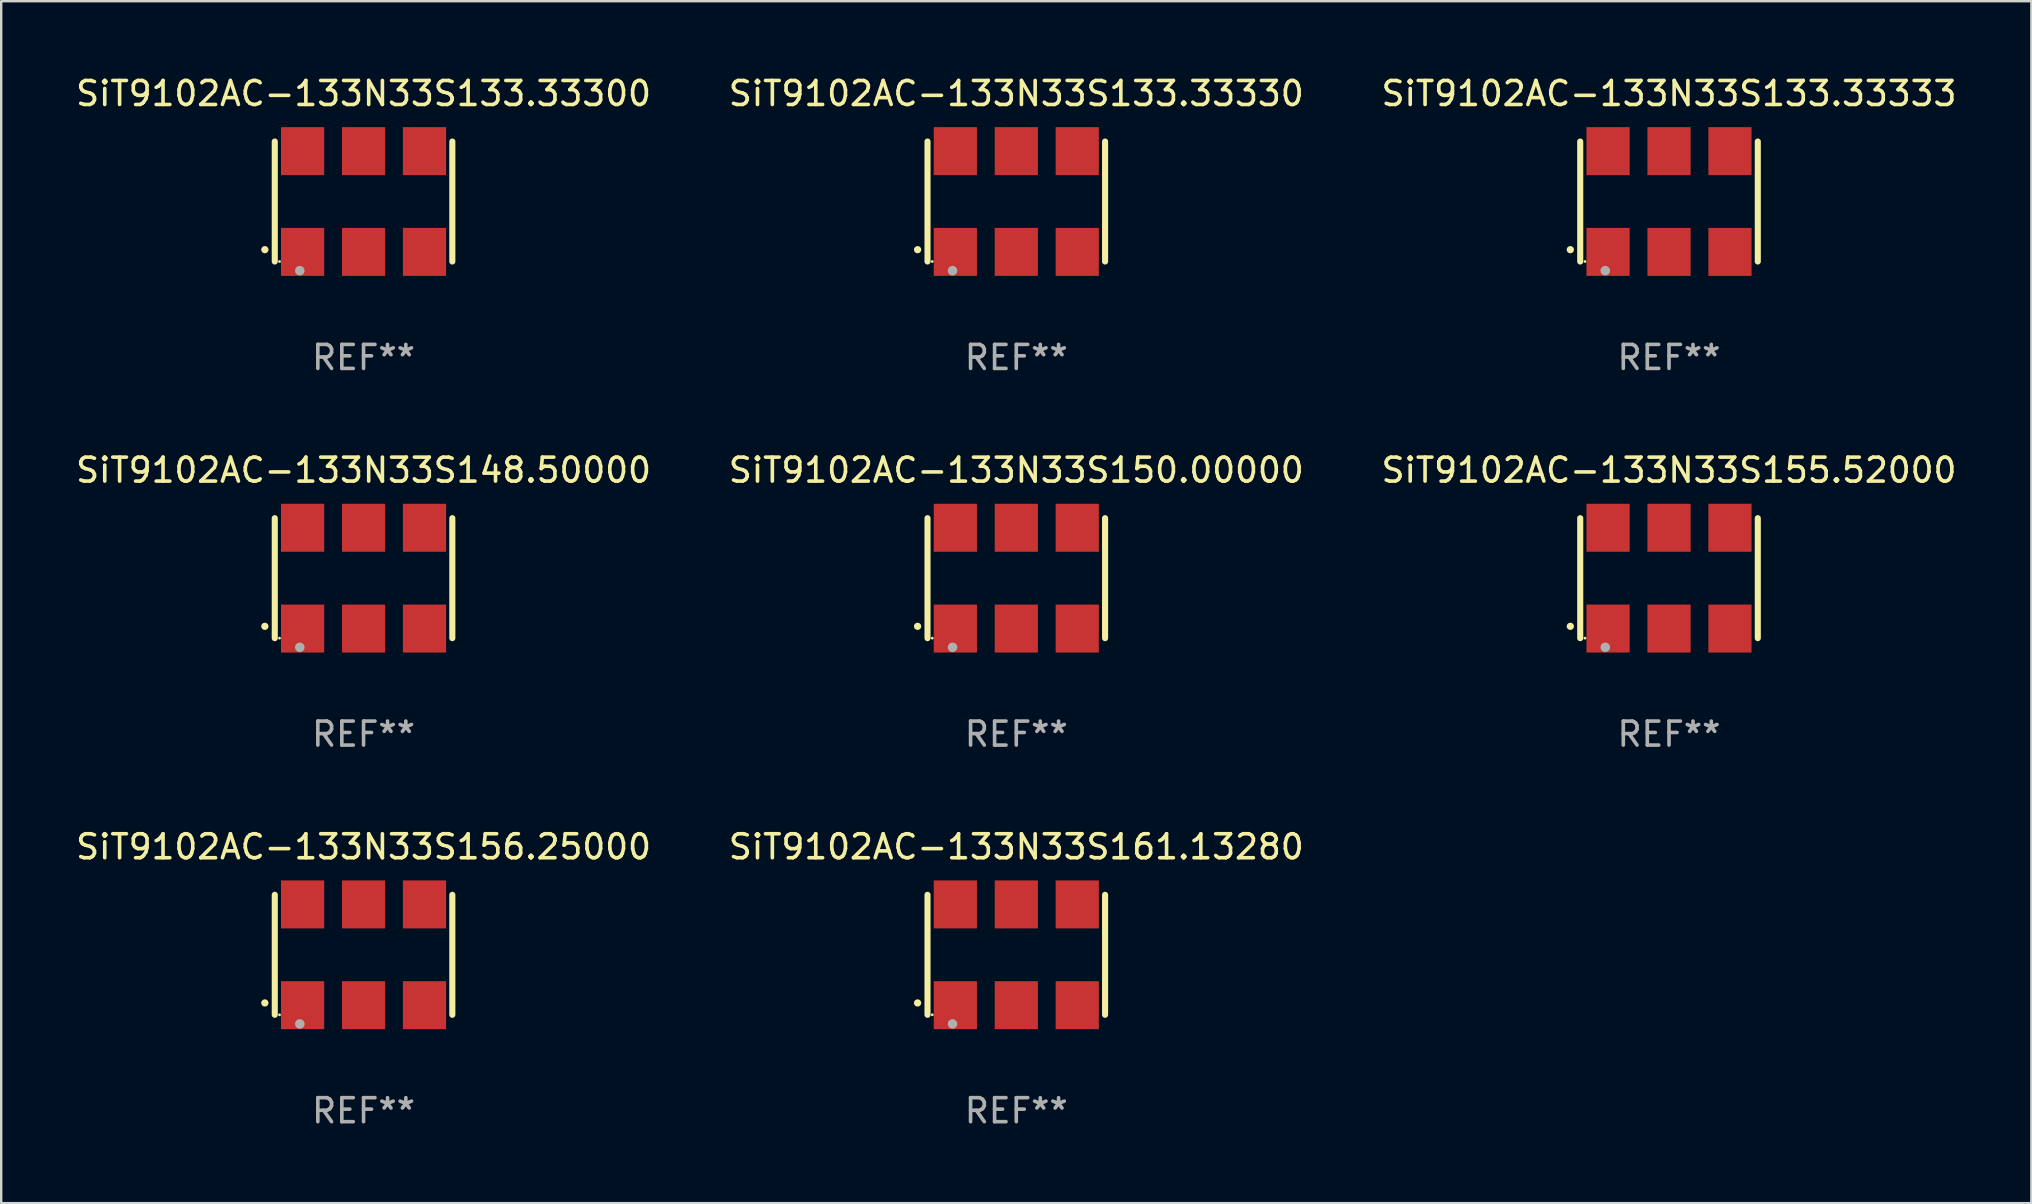
<source format=kicad_pcb>
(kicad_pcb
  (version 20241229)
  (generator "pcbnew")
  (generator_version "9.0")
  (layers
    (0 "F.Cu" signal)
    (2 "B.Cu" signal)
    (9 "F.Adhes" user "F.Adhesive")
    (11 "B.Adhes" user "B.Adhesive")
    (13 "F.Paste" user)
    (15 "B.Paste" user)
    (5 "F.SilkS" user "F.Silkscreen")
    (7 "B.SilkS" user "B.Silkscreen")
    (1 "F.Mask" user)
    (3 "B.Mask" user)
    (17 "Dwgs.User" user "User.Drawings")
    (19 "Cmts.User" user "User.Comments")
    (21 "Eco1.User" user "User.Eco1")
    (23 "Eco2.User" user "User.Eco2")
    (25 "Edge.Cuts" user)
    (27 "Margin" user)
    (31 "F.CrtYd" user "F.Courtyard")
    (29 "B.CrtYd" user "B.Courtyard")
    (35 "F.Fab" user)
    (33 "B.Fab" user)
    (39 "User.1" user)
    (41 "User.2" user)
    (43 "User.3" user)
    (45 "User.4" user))
  (footprint "SiT9102AC-133N33S148.50000"
    (layer "F.Cu")
    (at 12.101 21.045)
    (property "Reference" "SiT9102AC-133N33S148.50000" (at 0 -4.5 0) (layer "F.SilkS") (effects (font (size 1 1) (thickness 0.15))))
    (attr through_hole)
    (fp_line (start -3.7 -2.5) (end -3.7 2.5) (stroke (width 0.254) (type solid)) (layer "F.SilkS"))
    (fp_line (start 3.7 -2.5) (end 3.7 2.5) (stroke (width 0.254) (type solid)) (layer "F.SilkS"))
    (fp_arc (start -4.114415 2.006604) (mid -4.113145 2.006599) (end -4.111875 2.006604) (stroke (width 0.3) (type solid)) (layer "F.SilkS"))
    (fp_circle (center -3.502 2.5) (end -3.472 2.5) (stroke (width 0.06) (type solid)) (fill no) (layer "F.SilkS"))
    (fp_circle (center -2.657 2.882) (end -2.557 2.882) (stroke (width 0.2) (type solid)) (fill no) (layer "F.Fab"))
    (fp_text user "REF**" (at 0 6.5 0) (layer "F.Fab") (effects (font (size 1 1) (thickness 0.15))))
    (pad "1" smd rect (at -2.54 2.1) (size 1.8 2) (layers "F.Cu" "F.Mask" "F.Paste"))
    (pad "2" smd rect (at 0.000394 2.1) (size 1.8 2) (layers "F.Cu" "F.Mask" "F.Paste"))
    (pad "3" smd rect (at 2.54 2.1) (size 1.8 2) (layers "F.Cu" "F.Mask" "F.Paste"))
    (pad "4" smd rect (at 2.54 -2.1) (size 1.8 2) (layers "F.Cu" "F.Mask" "F.Paste"))
    (pad "5" smd rect (at 0.000394 -2.1) (size 1.8 2) (layers "F.Cu" "F.Mask" "F.Paste"))
    (pad "6" smd rect (at -2.54 -2.1) (size 1.8 2) (layers "F.Cu" "F.Mask" "F.Paste")))
  (footprint "SiT9102AC-133N33S133.33300"
    (layer "F.Cu")
    (at 12.101 5.348)
    (property "Reference" "SiT9102AC-133N33S133.33300" (at 0 -4.5 0) (layer "F.SilkS") (effects (font (size 1 1) (thickness 0.15))))
    (attr through_hole)
    (fp_line (start -3.7 -2.5) (end -3.7 2.5) (stroke (width 0.254) (type solid)) (layer "F.SilkS"))
    (fp_line (start 3.7 -2.5) (end 3.7 2.5) (stroke (width 0.254) (type solid)) (layer "F.SilkS"))
    (fp_arc (start -4.114415 2.006604) (mid -4.113145 2.006599) (end -4.111875 2.006604) (stroke (width 0.3) (type solid)) (layer "F.SilkS"))
    (fp_circle (center -3.502 2.5) (end -3.472 2.5) (stroke (width 0.06) (type solid)) (fill no) (layer "F.SilkS"))
    (fp_circle (center -2.657 2.882) (end -2.557 2.882) (stroke (width 0.2) (type solid)) (fill no) (layer "F.Fab"))
    (fp_text user "REF**" (at 0 6.5 0) (layer "F.Fab") (effects (font (size 1 1) (thickness 0.15))))
    (pad "1" smd rect (at -2.54 2.1) (size 1.8 2) (layers "F.Cu" "F.Mask" "F.Paste"))
    (pad "2" smd rect (at 0.000394 2.1) (size 1.8 2) (layers "F.Cu" "F.Mask" "F.Paste"))
    (pad "3" smd rect (at 2.54 2.1) (size 1.8 2) (layers "F.Cu" "F.Mask" "F.Paste"))
    (pad "4" smd rect (at 2.54 -2.1) (size 1.8 2) (layers "F.Cu" "F.Mask" "F.Paste"))
    (pad "5" smd rect (at 0.000394 -2.1) (size 1.8 2) (layers "F.Cu" "F.Mask" "F.Paste"))
    (pad "6" smd rect (at -2.54 -2.1) (size 1.8 2) (layers "F.Cu" "F.Mask" "F.Paste")))
  (footprint "SiT9102AC-133N33S133.33330"
    (layer "F.Cu")
    (at 39.304 5.348)
    (property "Reference" "SiT9102AC-133N33S133.33330" (at 0 -4.5 0) (layer "F.SilkS") (effects (font (size 1 1) (thickness 0.15))))
    (attr through_hole)
    (fp_line (start -3.7 -2.5) (end -3.7 2.5) (stroke (width 0.254) (type solid)) (layer "F.SilkS"))
    (fp_line (start 3.7 -2.5) (end 3.7 2.5) (stroke (width 0.254) (type solid)) (layer "F.SilkS"))
    (fp_arc (start -4.114415 2.006604) (mid -4.113145 2.006599) (end -4.111875 2.006604) (stroke (width 0.3) (type solid)) (layer "F.SilkS"))
    (fp_circle (center -3.502 2.5) (end -3.472 2.5) (stroke (width 0.06) (type solid)) (fill no) (layer "F.SilkS"))
    (fp_circle (center -2.657 2.882) (end -2.557 2.882) (stroke (width 0.2) (type solid)) (fill no) (layer "F.Fab"))
    (fp_text user "REF**" (at 0 6.5 0) (layer "F.Fab") (effects (font (size 1 1) (thickness 0.15))))
    (pad "1" smd rect (at -2.54 2.1) (size 1.8 2) (layers "F.Cu" "F.Mask" "F.Paste"))
    (pad "2" smd rect (at 0.000394 2.1) (size 1.8 2) (layers "F.Cu" "F.Mask" "F.Paste"))
    (pad "3" smd rect (at 2.54 2.1) (size 1.8 2) (layers "F.Cu" "F.Mask" "F.Paste"))
    (pad "4" smd rect (at 2.54 -2.1) (size 1.8 2) (layers "F.Cu" "F.Mask" "F.Paste"))
    (pad "5" smd rect (at 0.000394 -2.1) (size 1.8 2) (layers "F.Cu" "F.Mask" "F.Paste"))
    (pad "6" smd rect (at -2.54 -2.1) (size 1.8 2) (layers "F.Cu" "F.Mask" "F.Paste")))
  (footprint "SiT9102AC-133N33S150.00000"
    (layer "F.Cu")
    (at 39.304 21.045)
    (property "Reference" "SiT9102AC-133N33S150.00000" (at 0 -4.5 0) (layer "F.SilkS") (effects (font (size 1 1) (thickness 0.15))))
    (attr through_hole)
    (fp_line (start -3.7 -2.5) (end -3.7 2.5) (stroke (width 0.254) (type solid)) (layer "F.SilkS"))
    (fp_line (start 3.7 -2.5) (end 3.7 2.5) (stroke (width 0.254) (type solid)) (layer "F.SilkS"))
    (fp_arc (start -4.114415 2.006604) (mid -4.113145 2.006599) (end -4.111875 2.006604) (stroke (width 0.3) (type solid)) (layer "F.SilkS"))
    (fp_circle (center -3.502 2.5) (end -3.472 2.5) (stroke (width 0.06) (type solid)) (fill no) (layer "F.SilkS"))
    (fp_circle (center -2.657 2.882) (end -2.557 2.882) (stroke (width 0.2) (type solid)) (fill no) (layer "F.Fab"))
    (fp_text user "REF**" (at 0 6.5 0) (layer "F.Fab") (effects (font (size 1 1) (thickness 0.15))))
    (pad "1" smd rect (at -2.54 2.1) (size 1.8 2) (layers "F.Cu" "F.Mask" "F.Paste"))
    (pad "2" smd rect (at 0.000394 2.1) (size 1.8 2) (layers "F.Cu" "F.Mask" "F.Paste"))
    (pad "3" smd rect (at 2.54 2.1) (size 1.8 2) (layers "F.Cu" "F.Mask" "F.Paste"))
    (pad "4" smd rect (at 2.54 -2.1) (size 1.8 2) (layers "F.Cu" "F.Mask" "F.Paste"))
    (pad "5" smd rect (at 0.000394 -2.1) (size 1.8 2) (layers "F.Cu" "F.Mask" "F.Paste"))
    (pad "6" smd rect (at -2.54 -2.1) (size 1.8 2) (layers "F.Cu" "F.Mask" "F.Paste")))
  (footprint "SiT9102AC-133N33S161.13280"
    (layer "F.Cu")
    (at 39.304 36.741)
    (property "Reference" "SiT9102AC-133N33S161.13280" (at 0 -4.5 0) (layer "F.SilkS") (effects (font (size 1 1) (thickness 0.15))))
    (attr through_hole)
    (fp_line (start -3.7 -2.5) (end -3.7 2.5) (stroke (width 0.254) (type solid)) (layer "F.SilkS"))
    (fp_line (start 3.7 -2.5) (end 3.7 2.5) (stroke (width 0.254) (type solid)) (layer "F.SilkS"))
    (fp_arc (start -4.114415 2.006604) (mid -4.113145 2.006599) (end -4.111875 2.006604) (stroke (width 0.3) (type solid)) (layer "F.SilkS"))
    (fp_circle (center -3.502 2.5) (end -3.472 2.5) (stroke (width 0.06) (type solid)) (fill no) (layer "F.SilkS"))
    (fp_circle (center -2.657 2.882) (end -2.557 2.882) (stroke (width 0.2) (type solid)) (fill no) (layer "F.Fab"))
    (fp_text user "REF**" (at 0 6.5 0) (layer "F.Fab") (effects (font (size 1 1) (thickness 0.15))))
    (pad "1" smd rect (at -2.54 2.1) (size 1.8 2) (layers "F.Cu" "F.Mask" "F.Paste"))
    (pad "2" smd rect (at 0.000394 2.1) (size 1.8 2) (layers "F.Cu" "F.Mask" "F.Paste"))
    (pad "3" smd rect (at 2.54 2.1) (size 1.8 2) (layers "F.Cu" "F.Mask" "F.Paste"))
    (pad "4" smd rect (at 2.54 -2.1) (size 1.8 2) (layers "F.Cu" "F.Mask" "F.Paste"))
    (pad "5" smd rect (at 0.000394 -2.1) (size 1.8 2) (layers "F.Cu" "F.Mask" "F.Paste"))
    (pad "6" smd rect (at -2.54 -2.1) (size 1.8 2) (layers "F.Cu" "F.Mask" "F.Paste")))
  (footprint "SiT9102AC-133N33S156.25000"
    (layer "F.Cu")
    (at 12.101 36.741)
    (property "Reference" "SiT9102AC-133N33S156.25000" (at 0 -4.5 0) (layer "F.SilkS") (effects (font (size 1 1) (thickness 0.15))))
    (attr through_hole)
    (fp_line (start -3.7 -2.5) (end -3.7 2.5) (stroke (width 0.254) (type solid)) (layer "F.SilkS"))
    (fp_line (start 3.7 -2.5) (end 3.7 2.5) (stroke (width 0.254) (type solid)) (layer "F.SilkS"))
    (fp_arc (start -4.114415 2.006604) (mid -4.113145 2.006599) (end -4.111875 2.006604) (stroke (width 0.3) (type solid)) (layer "F.SilkS"))
    (fp_circle (center -3.502 2.5) (end -3.472 2.5) (stroke (width 0.06) (type solid)) (fill no) (layer "F.SilkS"))
    (fp_circle (center -2.657 2.882) (end -2.557 2.882) (stroke (width 0.2) (type solid)) (fill no) (layer "F.Fab"))
    (fp_text user "REF**" (at 0 6.5 0) (layer "F.Fab") (effects (font (size 1 1) (thickness 0.15))))
    (pad "1" smd rect (at -2.54 2.1) (size 1.8 2) (layers "F.Cu" "F.Mask" "F.Paste"))
    (pad "2" smd rect (at 0.000394 2.1) (size 1.8 2) (layers "F.Cu" "F.Mask" "F.Paste"))
    (pad "3" smd rect (at 2.54 2.1) (size 1.8 2) (layers "F.Cu" "F.Mask" "F.Paste"))
    (pad "4" smd rect (at 2.54 -2.1) (size 1.8 2) (layers "F.Cu" "F.Mask" "F.Paste"))
    (pad "5" smd rect (at 0.000394 -2.1) (size 1.8 2) (layers "F.Cu" "F.Mask" "F.Paste"))
    (pad "6" smd rect (at -2.54 -2.1) (size 1.8 2) (layers "F.Cu" "F.Mask" "F.Paste")))
  (footprint "SiT9102AC-133N33S155.52000"
    (layer "F.Cu")
    (at 66.506 21.045)
    (property "Reference" "SiT9102AC-133N33S155.52000" (at 0 -4.5 0) (layer "F.SilkS") (effects (font (size 1 1) (thickness 0.15))))
    (attr through_hole)
    (fp_line (start -3.7 -2.5) (end -3.7 2.5) (stroke (width 0.254) (type solid)) (layer "F.SilkS"))
    (fp_line (start 3.7 -2.5) (end 3.7 2.5) (stroke (width 0.254) (type solid)) (layer "F.SilkS"))
    (fp_arc (start -4.114415 2.006604) (mid -4.113145 2.006599) (end -4.111875 2.006604) (stroke (width 0.3) (type solid)) (layer "F.SilkS"))
    (fp_circle (center -3.502 2.5) (end -3.472 2.5) (stroke (width 0.06) (type solid)) (fill no) (layer "F.SilkS"))
    (fp_circle (center -2.657 2.882) (end -2.557 2.882) (stroke (width 0.2) (type solid)) (fill no) (layer "F.Fab"))
    (fp_text user "REF**" (at 0 6.5 0) (layer "F.Fab") (effects (font (size 1 1) (thickness 0.15))))
    (pad "1" smd rect (at -2.54 2.1) (size 1.8 2) (layers "F.Cu" "F.Mask" "F.Paste"))
    (pad "2" smd rect (at 0.000394 2.1) (size 1.8 2) (layers "F.Cu" "F.Mask" "F.Paste"))
    (pad "3" smd rect (at 2.54 2.1) (size 1.8 2) (layers "F.Cu" "F.Mask" "F.Paste"))
    (pad "4" smd rect (at 2.54 -2.1) (size 1.8 2) (layers "F.Cu" "F.Mask" "F.Paste"))
    (pad "5" smd rect (at 0.000394 -2.1) (size 1.8 2) (layers "F.Cu" "F.Mask" "F.Paste"))
    (pad "6" smd rect (at -2.54 -2.1) (size 1.8 2) (layers "F.Cu" "F.Mask" "F.Paste")))
  (footprint "SiT9102AC-133N33S133.33333"
    (layer "F.Cu")
    (at 66.506 5.348)
    (property "Reference" "SiT9102AC-133N33S133.33333" (at 0 -4.5 0) (layer "F.SilkS") (effects (font (size 1 1) (thickness 0.15))))
    (attr through_hole)
    (fp_line (start -3.7 -2.5) (end -3.7 2.5) (stroke (width 0.254) (type solid)) (layer "F.SilkS"))
    (fp_line (start 3.7 -2.5) (end 3.7 2.5) (stroke (width 0.254) (type solid)) (layer "F.SilkS"))
    (fp_arc (start -4.114415 2.006604) (mid -4.113145 2.006599) (end -4.111875 2.006604) (stroke (width 0.3) (type solid)) (layer "F.SilkS"))
    (fp_circle (center -3.502 2.5) (end -3.472 2.5) (stroke (width 0.06) (type solid)) (fill no) (layer "F.SilkS"))
    (fp_circle (center -2.657 2.882) (end -2.557 2.882) (stroke (width 0.2) (type solid)) (fill no) (layer "F.Fab"))
    (fp_text user "REF**" (at 0 6.5 0) (layer "F.Fab") (effects (font (size 1 1) (thickness 0.15))))
    (pad "1" smd rect (at -2.54 2.1) (size 1.8 2) (layers "F.Cu" "F.Mask" "F.Paste"))
    (pad "2" smd rect (at 0.000394 2.1) (size 1.8 2) (layers "F.Cu" "F.Mask" "F.Paste"))
    (pad "3" smd rect (at 2.54 2.1) (size 1.8 2) (layers "F.Cu" "F.Mask" "F.Paste"))
    (pad "4" smd rect (at 2.54 -2.1) (size 1.8 2) (layers "F.Cu" "F.Mask" "F.Paste"))
    (pad "5" smd rect (at 0.000394 -2.1) (size 1.8 2) (layers "F.Cu" "F.Mask" "F.Paste"))
    (pad "6" smd rect (at -2.54 -2.1) (size 1.8 2) (layers "F.Cu" "F.Mask" "F.Paste")))
  (gr_rect
    (start -3 -3)
    (end 81.607 47.09)
    (stroke (width 0.1) (type default))
    (fill no)
    (layer "Edge.Cuts")))
</source>
